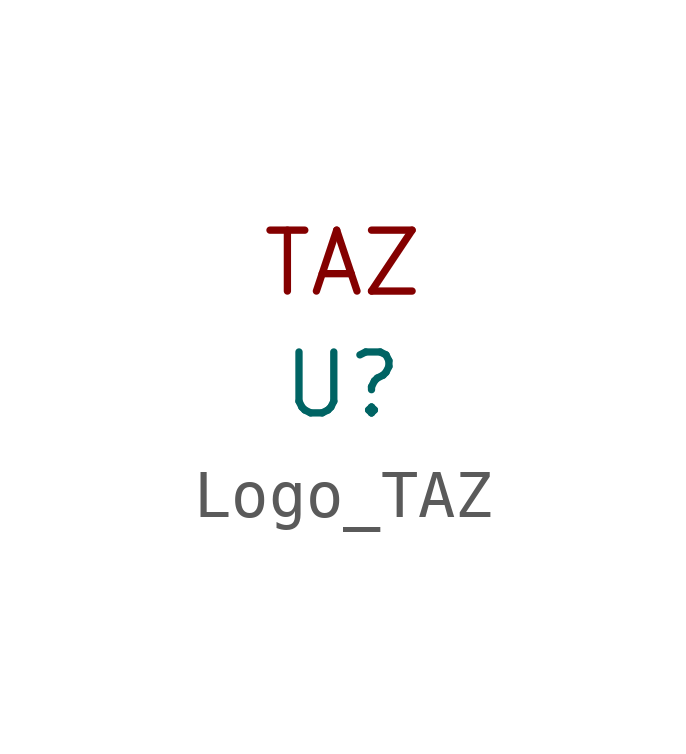
<source format=kicad_sym>
(kicad_symbol_lib
  (version 20220914)
  (generator kicad_symbol_editor)
  (symbol "Logo_TAZ"
    (pin_numbers hide)
    (pin_names
      (offset 0) hide)
    (property "Reference" "U"
      (at 0 0 0)
      (effects (font (size 1.27 1.27))))
    (property "Value" ""
      (at 0 0 0)
      (effects (font (size 1.27 1.27))))
    (symbol "Logo_TAZ_1_1"
      (text "TAZ" (at 0 2.54 0) (effects (font (size 1.27 1.27)))))))
</source>
